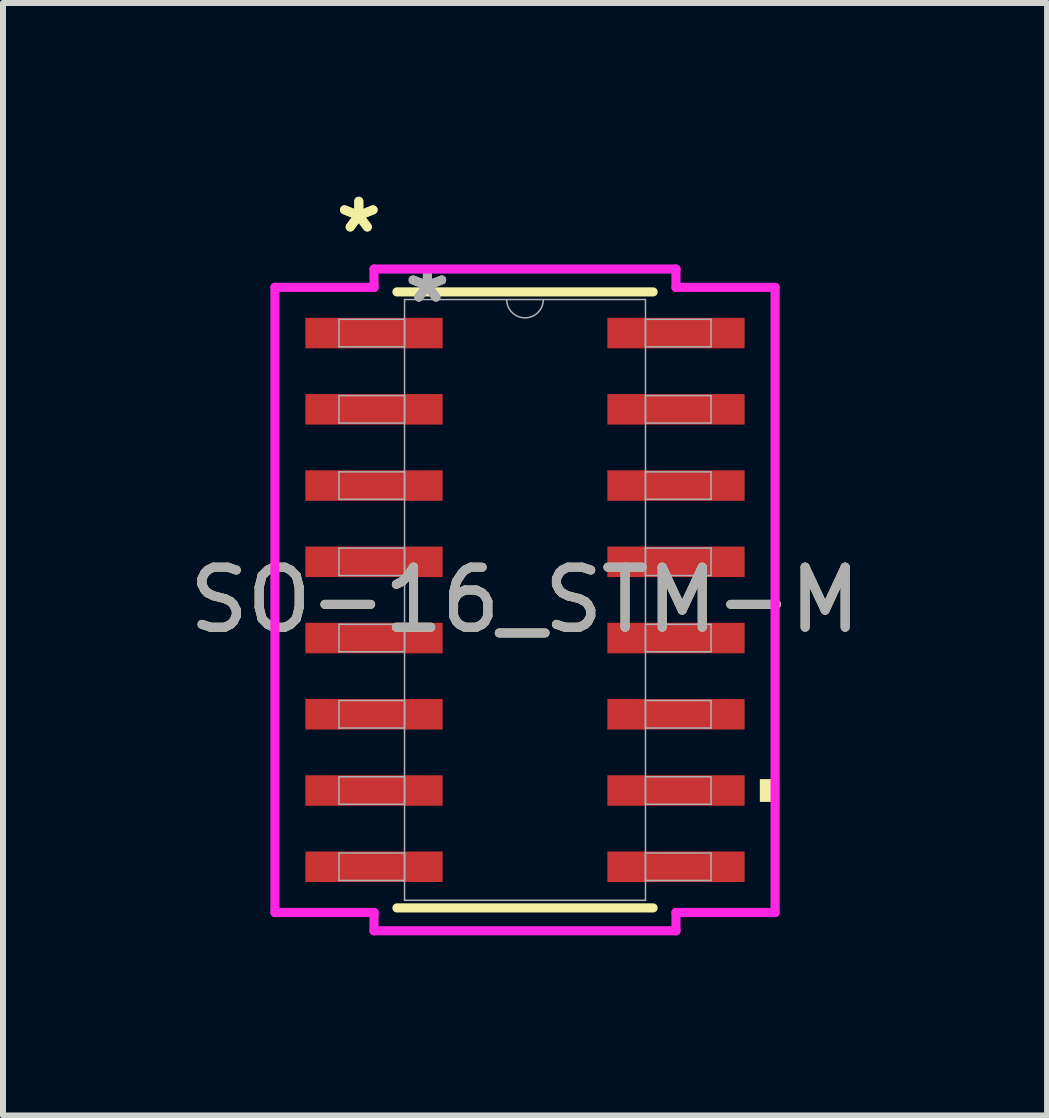
<source format=kicad_pcb>
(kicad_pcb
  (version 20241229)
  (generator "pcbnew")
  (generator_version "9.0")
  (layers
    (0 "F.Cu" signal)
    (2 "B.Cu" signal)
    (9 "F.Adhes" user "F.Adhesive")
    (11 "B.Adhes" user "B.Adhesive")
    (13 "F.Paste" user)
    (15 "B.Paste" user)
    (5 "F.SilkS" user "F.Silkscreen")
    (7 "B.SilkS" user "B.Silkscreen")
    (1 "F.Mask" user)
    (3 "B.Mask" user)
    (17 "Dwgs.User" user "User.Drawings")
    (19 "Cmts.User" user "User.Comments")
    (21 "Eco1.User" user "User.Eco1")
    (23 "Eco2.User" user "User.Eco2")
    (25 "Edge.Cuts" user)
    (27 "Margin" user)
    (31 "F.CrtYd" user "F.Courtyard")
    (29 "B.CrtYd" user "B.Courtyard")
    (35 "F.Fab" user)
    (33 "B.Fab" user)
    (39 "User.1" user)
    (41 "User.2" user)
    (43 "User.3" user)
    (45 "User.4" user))
  (footprint "SO-16_STM-M"
    (layer "F.Cu")
    (at 5.696 6.944)
    (property "Reference" "SO-16_STM-M" (at 0 0 0) (unlocked yes) (layer "F.SilkS") (effects (font (size 1 1) (thickness 0.15))))
    (attr smd)
    (fp_line (start -2.134 5.131) (end 2.134 5.131) (stroke (width 0.152) (type solid)) (layer "F.SilkS"))
    (fp_line (start 2.134 -5.131) (end -2.134 -5.131) (stroke (width 0.152) (type solid)) (layer "F.SilkS"))
    (fp_poly (pts (xy 4.166 2.985) (xy 4.166 3.365) (xy 3.912 3.365) (xy 3.912 2.985)) (stroke (width 0) (type solid)) (fill yes) (layer "F.SilkS"))
    (fp_line (start -4.166 -5.207) (end -2.515 -5.207) (stroke (width 0.152) (type solid)) (layer "F.CrtYd"))
    (fp_line (start -4.166 5.207) (end -4.166 -5.207) (stroke (width 0.152) (type solid)) (layer "F.CrtYd"))
    (fp_line (start -4.166 5.207) (end -2.515 5.207) (stroke (width 0.152) (type solid)) (layer "F.CrtYd"))
    (fp_line (start -2.515 -5.512) (end 2.515 -5.512) (stroke (width 0.152) (type solid)) (layer "F.CrtYd"))
    (fp_line (start -2.515 -5.207) (end -2.515 -5.512) (stroke (width 0.152) (type solid)) (layer "F.CrtYd"))
    (fp_line (start -2.515 5.512) (end -2.515 5.207) (stroke (width 0.152) (type solid)) (layer "F.CrtYd"))
    (fp_line (start 2.515 -5.512) (end 2.515 -5.207) (stroke (width 0.152) (type solid)) (layer "F.CrtYd"))
    (fp_line (start 2.515 5.207) (end 2.515 5.512) (stroke (width 0.152) (type solid)) (layer "F.CrtYd"))
    (fp_line (start 2.515 5.512) (end -2.515 5.512) (stroke (width 0.152) (type solid)) (layer "F.CrtYd"))
    (fp_line (start 4.166 -5.207) (end 2.515 -5.207) (stroke (width 0.152) (type solid)) (layer "F.CrtYd"))
    (fp_line (start 4.166 -5.207) (end 4.166 5.207) (stroke (width 0.152) (type solid)) (layer "F.CrtYd"))
    (fp_line (start 4.166 5.207) (end 2.515 5.207) (stroke (width 0.152) (type solid)) (layer "F.CrtYd"))
    (fp_line (start -3.099 -4.674) (end -3.099 -4.216) (stroke (width 0.025) (type solid)) (layer "F.Fab"))
    (fp_line (start -3.099 -4.216) (end -2.007 -4.216) (stroke (width 0.025) (type solid)) (layer "F.Fab"))
    (fp_line (start -3.099 -3.404) (end -3.099 -2.946) (stroke (width 0.025) (type solid)) (layer "F.Fab"))
    (fp_line (start -3.099 -2.946) (end -2.007 -2.946) (stroke (width 0.025) (type solid)) (layer "F.Fab"))
    (fp_line (start -3.099 -2.134) (end -3.099 -1.676) (stroke (width 0.025) (type solid)) (layer "F.Fab"))
    (fp_line (start -3.099 -1.676) (end -2.007 -1.676) (stroke (width 0.025) (type solid)) (layer "F.Fab"))
    (fp_line (start -3.099 -0.864) (end -3.099 -0.406) (stroke (width 0.025) (type solid)) (layer "F.Fab"))
    (fp_line (start -3.099 -0.406) (end -2.007 -0.406) (stroke (width 0.025) (type solid)) (layer "F.Fab"))
    (fp_line (start -3.099 0.406) (end -3.099 0.864) (stroke (width 0.025) (type solid)) (layer "F.Fab"))
    (fp_line (start -3.099 0.864) (end -2.007 0.864) (stroke (width 0.025) (type solid)) (layer "F.Fab"))
    (fp_line (start -3.099 1.676) (end -3.099 2.134) (stroke (width 0.025) (type solid)) (layer "F.Fab"))
    (fp_line (start -3.099 2.134) (end -2.007 2.134) (stroke (width 0.025) (type solid)) (layer "F.Fab"))
    (fp_line (start -3.099 2.946) (end -3.099 3.404) (stroke (width 0.025) (type solid)) (layer "F.Fab"))
    (fp_line (start -3.099 3.404) (end -2.007 3.404) (stroke (width 0.025) (type solid)) (layer "F.Fab"))
    (fp_line (start -3.099 4.216) (end -3.099 4.674) (stroke (width 0.025) (type solid)) (layer "F.Fab"))
    (fp_line (start -3.099 4.674) (end -2.007 4.674) (stroke (width 0.025) (type solid)) (layer "F.Fab"))
    (fp_line (start -2.007 -5.004) (end -2.007 5.004) (stroke (width 0.025) (type solid)) (layer "F.Fab"))
    (fp_line (start -2.007 -4.674) (end -3.099 -4.674) (stroke (width 0.025) (type solid)) (layer "F.Fab"))
    (fp_line (start -2.007 -4.216) (end -2.007 -4.674) (stroke (width 0.025) (type solid)) (layer "F.Fab"))
    (fp_line (start -2.007 -3.404) (end -3.099 -3.404) (stroke (width 0.025) (type solid)) (layer "F.Fab"))
    (fp_line (start -2.007 -2.946) (end -2.007 -3.404) (stroke (width 0.025) (type solid)) (layer "F.Fab"))
    (fp_line (start -2.007 -2.134) (end -3.099 -2.134) (stroke (width 0.025) (type solid)) (layer "F.Fab"))
    (fp_line (start -2.007 -1.676) (end -2.007 -2.134) (stroke (width 0.025) (type solid)) (layer "F.Fab"))
    (fp_line (start -2.007 -0.864) (end -3.099 -0.864) (stroke (width 0.025) (type solid)) (layer "F.Fab"))
    (fp_line (start -2.007 -0.406) (end -2.007 -0.864) (stroke (width 0.025) (type solid)) (layer "F.Fab"))
    (fp_line (start -2.007 0.406) (end -3.099 0.406) (stroke (width 0.025) (type solid)) (layer "F.Fab"))
    (fp_line (start -2.007 0.864) (end -2.007 0.406) (stroke (width 0.025) (type solid)) (layer "F.Fab"))
    (fp_line (start -2.007 1.676) (end -3.099 1.676) (stroke (width 0.025) (type solid)) (layer "F.Fab"))
    (fp_line (start -2.007 2.134) (end -2.007 1.676) (stroke (width 0.025) (type solid)) (layer "F.Fab"))
    (fp_line (start -2.007 2.946) (end -3.099 2.946) (stroke (width 0.025) (type solid)) (layer "F.Fab"))
    (fp_line (start -2.007 3.404) (end -2.007 2.946) (stroke (width 0.025) (type solid)) (layer "F.Fab"))
    (fp_line (start -2.007 4.216) (end -3.099 4.216) (stroke (width 0.025) (type solid)) (layer "F.Fab"))
    (fp_line (start -2.007 4.674) (end -2.007 4.216) (stroke (width 0.025) (type solid)) (layer "F.Fab"))
    (fp_line (start -2.007 5.004) (end 2.007 5.004) (stroke (width 0.025) (type solid)) (layer "F.Fab"))
    (fp_line (start 2.007 -5.004) (end -2.007 -5.004) (stroke (width 0.025) (type solid)) (layer "F.Fab"))
    (fp_line (start 2.007 -4.674) (end 2.007 -4.216) (stroke (width 0.025) (type solid)) (layer "F.Fab"))
    (fp_line (start 2.007 -4.216) (end 3.099 -4.216) (stroke (width 0.025) (type solid)) (layer "F.Fab"))
    (fp_line (start 2.007 -3.404) (end 2.007 -2.946) (stroke (width 0.025) (type solid)) (layer "F.Fab"))
    (fp_line (start 2.007 -2.946) (end 3.099 -2.946) (stroke (width 0.025) (type solid)) (layer "F.Fab"))
    (fp_line (start 2.007 -2.134) (end 2.007 -1.676) (stroke (width 0.025) (type solid)) (layer "F.Fab"))
    (fp_line (start 2.007 -1.676) (end 3.099 -1.676) (stroke (width 0.025) (type solid)) (layer "F.Fab"))
    (fp_line (start 2.007 -0.864) (end 2.007 -0.406) (stroke (width 0.025) (type solid)) (layer "F.Fab"))
    (fp_line (start 2.007 -0.406) (end 3.099 -0.406) (stroke (width 0.025) (type solid)) (layer "F.Fab"))
    (fp_line (start 2.007 0.406) (end 2.007 0.864) (stroke (width 0.025) (type solid)) (layer "F.Fab"))
    (fp_line (start 2.007 0.864) (end 3.099 0.864) (stroke (width 0.025) (type solid)) (layer "F.Fab"))
    (fp_line (start 2.007 1.676) (end 2.007 2.134) (stroke (width 0.025) (type solid)) (layer "F.Fab"))
    (fp_line (start 2.007 2.134) (end 3.099 2.134) (stroke (width 0.025) (type solid)) (layer "F.Fab"))
    (fp_line (start 2.007 2.946) (end 2.007 3.404) (stroke (width 0.025) (type solid)) (layer "F.Fab"))
    (fp_line (start 2.007 3.404) (end 3.099 3.404) (stroke (width 0.025) (type solid)) (layer "F.Fab"))
    (fp_line (start 2.007 4.216) (end 2.007 4.674) (stroke (width 0.025) (type solid)) (layer "F.Fab"))
    (fp_line (start 2.007 4.674) (end 3.099 4.674) (stroke (width 0.025) (type solid)) (layer "F.Fab"))
    (fp_line (start 2.007 5.004) (end 2.007 -5.004) (stroke (width 0.025) (type solid)) (layer "F.Fab"))
    (fp_line (start 3.099 -4.674) (end 2.007 -4.674) (stroke (width 0.025) (type solid)) (layer "F.Fab"))
    (fp_line (start 3.099 -4.216) (end 3.099 -4.674) (stroke (width 0.025) (type solid)) (layer "F.Fab"))
    (fp_line (start 3.099 -3.404) (end 2.007 -3.404) (stroke (width 0.025) (type solid)) (layer "F.Fab"))
    (fp_line (start 3.099 -2.946) (end 3.099 -3.404) (stroke (width 0.025) (type solid)) (layer "F.Fab"))
    (fp_line (start 3.099 -2.134) (end 2.007 -2.134) (stroke (width 0.025) (type solid)) (layer "F.Fab"))
    (fp_line (start 3.099 -1.676) (end 3.099 -2.134) (stroke (width 0.025) (type solid)) (layer "F.Fab"))
    (fp_line (start 3.099 -0.864) (end 2.007 -0.864) (stroke (width 0.025) (type solid)) (layer "F.Fab"))
    (fp_line (start 3.099 -0.406) (end 3.099 -0.864) (stroke (width 0.025) (type solid)) (layer "F.Fab"))
    (fp_line (start 3.099 0.406) (end 2.007 0.406) (stroke (width 0.025) (type solid)) (layer "F.Fab"))
    (fp_line (start 3.099 0.864) (end 3.099 0.406) (stroke (width 0.025) (type solid)) (layer "F.Fab"))
    (fp_line (start 3.099 1.676) (end 2.007 1.676) (stroke (width 0.025) (type solid)) (layer "F.Fab"))
    (fp_line (start 3.099 2.134) (end 3.099 1.676) (stroke (width 0.025) (type solid)) (layer "F.Fab"))
    (fp_line (start 3.099 2.946) (end 2.007 2.946) (stroke (width 0.025) (type solid)) (layer "F.Fab"))
    (fp_line (start 3.099 3.404) (end 3.099 2.946) (stroke (width 0.025) (type solid)) (layer "F.Fab"))
    (fp_line (start 3.099 4.216) (end 2.007 4.216) (stroke (width 0.025) (type solid)) (layer "F.Fab"))
    (fp_line (start 3.099 4.674) (end 3.099 4.216) (stroke (width 0.025) (type solid)) (layer "F.Fab"))
    (fp_arc (start 0.3048 -5.0038) (mid 0 -4.699) (end -0.3048 -5.0038) (stroke (width 0.0254) (type solid)) (layer "F.Fab"))
    (fp_text user "*" (at -2.769 -6.096 0) (layer "F.SilkS") (effects (font (size 1 1) (thickness 0.15))))
    (fp_text user "*" (at -2.769 -6.096 0) (unlocked yes) (layer "F.SilkS") (effects (font (size 1 1) (thickness 0.15))))
    (fp_text user "${REFERENCE}" (at 0 0 0) (unlocked yes) (layer "F.Fab") (effects (font (size 1 1) (thickness 0.15))))
    (fp_text user "*" (at -1.626 -4.928 0) (unlocked yes) (layer "F.Fab") (effects (font (size 1 1) (thickness 0.15))))
    (fp_text user "*" (at -1.626 -4.928 0) (layer "F.Fab") (effects (font (size 1 1) (thickness 0.15))))
    (pad "1" smd rect (at -2.515 -4.445) (size 2.286 0.508) (layers "F.Cu" "F.Mask" "F.Paste"))
    (pad "2" smd rect (at -2.515 -3.175) (size 2.286 0.508) (layers "F.Cu" "F.Mask" "F.Paste"))
    (pad "3" smd rect (at -2.515 -1.905) (size 2.286 0.508) (layers "F.Cu" "F.Mask" "F.Paste"))
    (pad "4" smd rect (at -2.515 -0.635) (size 2.286 0.508) (layers "F.Cu" "F.Mask" "F.Paste"))
    (pad "5" smd rect (at -2.515 0.635) (size 2.286 0.508) (layers "F.Cu" "F.Mask" "F.Paste"))
    (pad "6" smd rect (at -2.515 1.905) (size 2.286 0.508) (layers "F.Cu" "F.Mask" "F.Paste"))
    (pad "7" smd rect (at -2.515 3.175) (size 2.286 0.508) (layers "F.Cu" "F.Mask" "F.Paste"))
    (pad "8" smd rect (at -2.515 4.445) (size 2.286 0.508) (layers "F.Cu" "F.Mask" "F.Paste"))
    (pad "9" smd rect (at 2.515 4.445) (size 2.286 0.508) (layers "F.Cu" "F.Mask" "F.Paste"))
    (pad "10" smd rect (at 2.515 3.175) (size 2.286 0.508) (layers "F.Cu" "F.Mask" "F.Paste"))
    (pad "11" smd rect (at 2.515 1.905) (size 2.286 0.508) (layers "F.Cu" "F.Mask" "F.Paste"))
    (pad "12" smd rect (at 2.515 0.635) (size 2.286 0.508) (layers "F.Cu" "F.Mask" "F.Paste"))
    (pad "13" smd rect (at 2.515 -0.635) (size 2.286 0.508) (layers "F.Cu" "F.Mask" "F.Paste"))
    (pad "14" smd rect (at 2.515 -1.905) (size 2.286 0.508) (layers "F.Cu" "F.Mask" "F.Paste"))
    (pad "15" smd rect (at 2.515 -3.175) (size 2.286 0.508) (layers "F.Cu" "F.Mask" "F.Paste"))
    (pad "16" smd rect (at 2.515 -4.445) (size 2.286 0.508) (layers "F.Cu" "F.Mask" "F.Paste")))
  (gr_rect
    (start -3 -3)
    (end 14.393 15.532)
    (stroke (width 0.1) (type default))
    (fill no)
    (layer "Edge.Cuts")))
</source>
